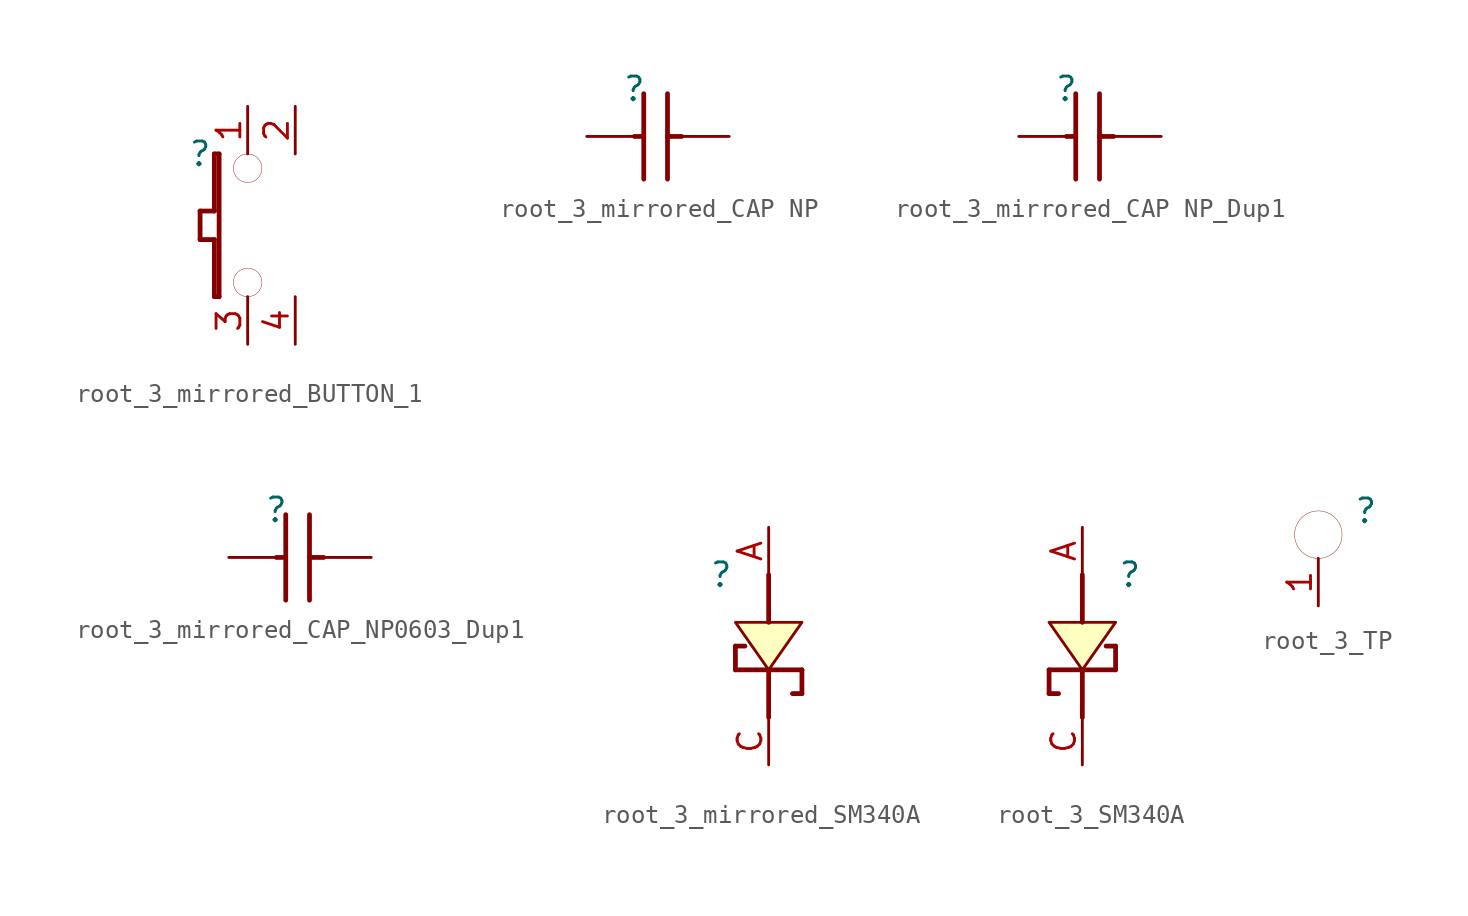
<source format=kicad_sym>
(kicad_symbol_lib
  (version 20220914)
  (generator kicad_symbol_editor)
  (symbol "root_3_mirrored_BUTTON_1"
    (property "Reference" ""
      (at 0 0 0)
      (effects (font (size 1.27 1.27))))
    (property "Value" ""
      (at 0 0 0)
      (effects (font (size 1.27 1.27))))
    (symbol "root_3_mirrored_BUTTON_1_1_0"
      (polyline (pts (xy 0 -4.572) (xy 0 -3.048)) (stroke (width 0.254) (type solid)) (fill (type none)))
      (polyline (pts (xy 0 -3.048) (xy 0.762 -3.048)) (stroke (width 0.254) (type solid)) (fill (type none)))
      (polyline (pts (xy 0.762 -7.62) (xy 0.762 -4.572)) (stroke (width 0.254) (type solid)) (fill (type none)))
      (polyline (pts (xy 0.762 -4.572) (xy 0 -4.572)) (stroke (width 0.254) (type solid)) (fill (type none)))
      (polyline (pts (xy 0.762 -3.048) (xy 0.762 0)) (stroke (width 0.254) (type solid)) (fill (type none)))
      (polyline (pts (xy 0.762 0) (xy 1.016 0)) (stroke (width 0.254) (type solid)) (fill (type none)))
      (polyline (pts (xy 1.016 -7.62) (xy 0.762 -7.62)) (stroke (width 0.254) (type solid)) (fill (type none)))
      (polyline (pts (xy 1.016 0) (xy 1.016 -7.62)) (stroke (width 0.254) (type solid)) (fill (type none)))
      (circle (center 2.54 -6.858) (radius 0.762) (stroke (width 0.0001) (type solid)) (fill (type none)))
      (circle (center 2.54 -0.762) (radius 0.762) (stroke (width 0.0001) (type solid)) (fill (type none)))
      (pin passive line (at 2.54 2.54 270) (length 2.54) (name "1" (effects (font (size 0 0)))) (number "1" (effects (font (size 1.27 1.27)))))
      (pin passive line (at 5.08 2.54 270) (length 2.54) (name "2" (effects (font (size 0 0)))) (number "2" (effects (font (size 1.27 1.27)))))
      (pin passive line (at 2.54 -10.16 90) (length 2.54) (name "3" (effects (font (size 0 0)))) (number "3" (effects (font (size 1.27 1.27)))))
      (pin passive line (at 5.08 -10.16 90) (length 2.54) (name "4" (effects (font (size 0 0)))) (number "4" (effects (font (size 1.27 1.27)))))))
  (symbol "root_3_mirrored_CAP NP"
    (property "Reference" ""
      (at 0 0 0)
      (effects (font (size 1.27 1.27))))
    (property "Value" ""
      (at 0 0 0)
      (effects (font (size 1.27 1.27))))
    (symbol "root_3_mirrored_CAP NP_1_0"
      (polyline (pts (xy 0 -2.54) (xy 0.508 -2.54)) (stroke (width 0.254) (type solid)) (fill (type none)))
      (polyline (pts (xy 0.508 -0.254) (xy 0.508 -4.826)) (stroke (width 0.254) (type solid)) (fill (type none)))
      (polyline (pts (xy 1.778 -0.254) (xy 1.778 -4.826)) (stroke (width 0.254) (type solid)) (fill (type none)))
      (polyline (pts (xy 2.54 -2.54) (xy 1.778 -2.54)) (stroke (width 0.254) (type solid)) (fill (type none)))
      (pin passive line (at -2.54 -2.54 0) (length 2.54) (name "1" (effects (font (size 0 0)))) (number "1" (effects (font (size 0 0)))))
      (pin passive line (at 5.08 -2.54 180) (length 2.54) (name "2" (effects (font (size 0 0)))) (number "2" (effects (font (size 0 0)))))))
  (symbol "root_3_mirrored_CAP NP_Dup1"
    (property "Reference" ""
      (at 0 0 0)
      (effects (font (size 1.27 1.27))))
    (property "Value" ""
      (at 0 0 0)
      (effects (font (size 1.27 1.27))))
    (symbol "root_3_mirrored_CAP NP_Dup1_1_0"
      (polyline (pts (xy 0 -2.54) (xy 0.508 -2.54)) (stroke (width 0.254) (type solid)) (fill (type none)))
      (polyline (pts (xy 0.508 -0.254) (xy 0.508 -4.826)) (stroke (width 0.254) (type solid)) (fill (type none)))
      (polyline (pts (xy 1.778 -0.254) (xy 1.778 -4.826)) (stroke (width 0.254) (type solid)) (fill (type none)))
      (polyline (pts (xy 2.54 -2.54) (xy 1.778 -2.54)) (stroke (width 0.254) (type solid)) (fill (type none)))
      (pin passive line (at -2.54 -2.54 0) (length 2.54) (name "1" (effects (font (size 0 0)))) (number "1" (effects (font (size 0 0)))))
      (pin passive line (at 5.08 -2.54 180) (length 2.54) (name "2" (effects (font (size 0 0)))) (number "2" (effects (font (size 0 0)))))))
  (symbol "root_3_mirrored_CAP_NP0603_Dup1"
    (property "Reference" ""
      (at 0 0 0)
      (effects (font (size 1.27 1.27))))
    (property "Value" ""
      (at 0 0 0)
      (effects (font (size 1.27 1.27))))
    (symbol "root_3_mirrored_CAP_NP0603_Dup1_1_0"
      (polyline (pts (xy 0 -2.54) (xy 0.508 -2.54)) (stroke (width 0.254) (type solid)) (fill (type none)))
      (polyline (pts (xy 0.508 -0.254) (xy 0.508 -4.826)) (stroke (width 0.254) (type solid)) (fill (type none)))
      (polyline (pts (xy 1.778 -0.254) (xy 1.778 -4.826)) (stroke (width 0.254) (type solid)) (fill (type none)))
      (polyline (pts (xy 2.54 -2.54) (xy 1.778 -2.54)) (stroke (width 0.254) (type solid)) (fill (type none)))
      (pin passive line (at -2.54 -2.54 0) (length 2.54) (name "1" (effects (font (size 0 0)))) (number "1" (effects (font (size 0 0)))))
      (pin passive line (at 5.08 -2.54 180) (length 2.54) (name "2" (effects (font (size 0 0)))) (number "2" (effects (font (size 0 0)))))))
  (symbol "root_3_mirrored_SM340A"
    (property "Reference" ""
      (at 0 0 0)
      (effects (font (size 1.27 1.27))))
    (property "Value" ""
      (at 0 0 0)
      (effects (font (size 1.27 1.27))))
    (symbol "root_3_mirrored_SM340A_1_0"
      (polyline (pts (xy 0.762 -5.08) (xy 0.762 -3.81)) (stroke (width 0.254) (type solid)) (fill (type none)))
      (polyline (pts (xy 0.762 -5.08) (xy 4.318 -5.08)) (stroke (width 0.254) (type solid)) (fill (type none)))
      (polyline (pts (xy 0.762 -3.81) (xy 1.27 -3.81)) (stroke (width 0.254) (type solid)) (fill (type none)))
      (polyline (pts (xy 2.54 -5.08) (xy 2.54 -7.62)) (stroke (width 0.254) (type solid)) (fill (type none)))
      (polyline (pts (xy 2.54 0) (xy 2.54 -2.54)) (stroke (width 0.254) (type solid)) (fill (type none)))
      (polyline (pts (xy 4.318 -6.35) (xy 3.81 -6.35)) (stroke (width 0.254) (type solid)) (fill (type none)))
      (polyline (pts (xy 4.318 -5.08) (xy 4.318 -6.35)) (stroke (width 0.254) (type solid)) (fill (type none)))
      (polyline (pts (xy 2.54 -5.08) (xy 2.54 -5.08) (xy 4.318 -2.54) (xy 0.762 -2.54) (xy 2.54 -5.08) (xy 2.54 -5.08)) (stroke (width 0) (type solid)) (fill (type background)))
      (pin passive line (at 2.54 2.54 270) (length 2.54) (name "ANODE" (effects (font (size 0 0)))) (number "A" (effects (font (size 1.27 1.27)))))
      (pin passive line (at 2.54 -10.16 90) (length 2.54) (name "CATHODE" (effects (font (size 0 0)))) (number "C" (effects (font (size 1.27 1.27)))))))
  (symbol "root_3_SM340A"
    (property "Reference" ""
      (at 0 0 0)
      (effects (font (size 1.27 1.27))))
    (property "Value" ""
      (at 0 0 0)
      (effects (font (size 1.27 1.27))))
    (symbol "root_3_SM340A_1_0"
      (polyline (pts (xy -4.318 -6.35) (xy -3.81 -6.35)) (stroke (width 0.254) (type solid)) (fill (type none)))
      (polyline (pts (xy -4.318 -5.08) (xy -4.318 -6.35)) (stroke (width 0.254) (type solid)) (fill (type none)))
      (polyline (pts (xy -2.54 -5.08) (xy -2.54 -7.62)) (stroke (width 0.254) (type solid)) (fill (type none)))
      (polyline (pts (xy -2.54 0) (xy -2.54 -2.54)) (stroke (width 0.254) (type solid)) (fill (type none)))
      (polyline (pts (xy -0.762 -5.08) (xy -4.318 -5.08)) (stroke (width 0.254) (type solid)) (fill (type none)))
      (polyline (pts (xy -0.762 -5.08) (xy -0.762 -3.81)) (stroke (width 0.254) (type solid)) (fill (type none)))
      (polyline (pts (xy -0.762 -3.81) (xy -1.27 -3.81)) (stroke (width 0.254) (type solid)) (fill (type none)))
      (polyline (pts (xy -2.54 -5.08) (xy -2.54 -5.08) (xy -4.318 -2.54) (xy -0.762 -2.54) (xy -2.54 -5.08) (xy -2.54 -5.08)) (stroke (width 0) (type solid)) (fill (type background)))
      (pin passive line (at -2.54 2.54 270) (length 2.54) (name "ANODE" (effects (font (size 0 0)))) (number "A" (effects (font (size 1.27 1.27)))))
      (pin passive line (at -2.54 -10.16 90) (length 2.54) (name "CATHODE" (effects (font (size 0 0)))) (number "C" (effects (font (size 1.27 1.27)))))))
  (symbol "root_3_TP"
    (property "Reference" ""
      (at 0 0 0)
      (effects (font (size 1.27 1.27))))
    (property "Value" ""
      (at 0 0 0)
      (effects (font (size 1.27 1.27))))
    (symbol "root_3_TP_1_0"
      (circle (center -2.54 -1.27) (radius 1.27) (stroke (width 0.0001) (type solid)) (fill (type none)))
      (pin passive line (at -2.54 -5.08 90) (length 2.54) (name "TP" (effects (font (size 0 0)))) (number "1" (effects (font (size 1.27 1.27))))))))
</source>
